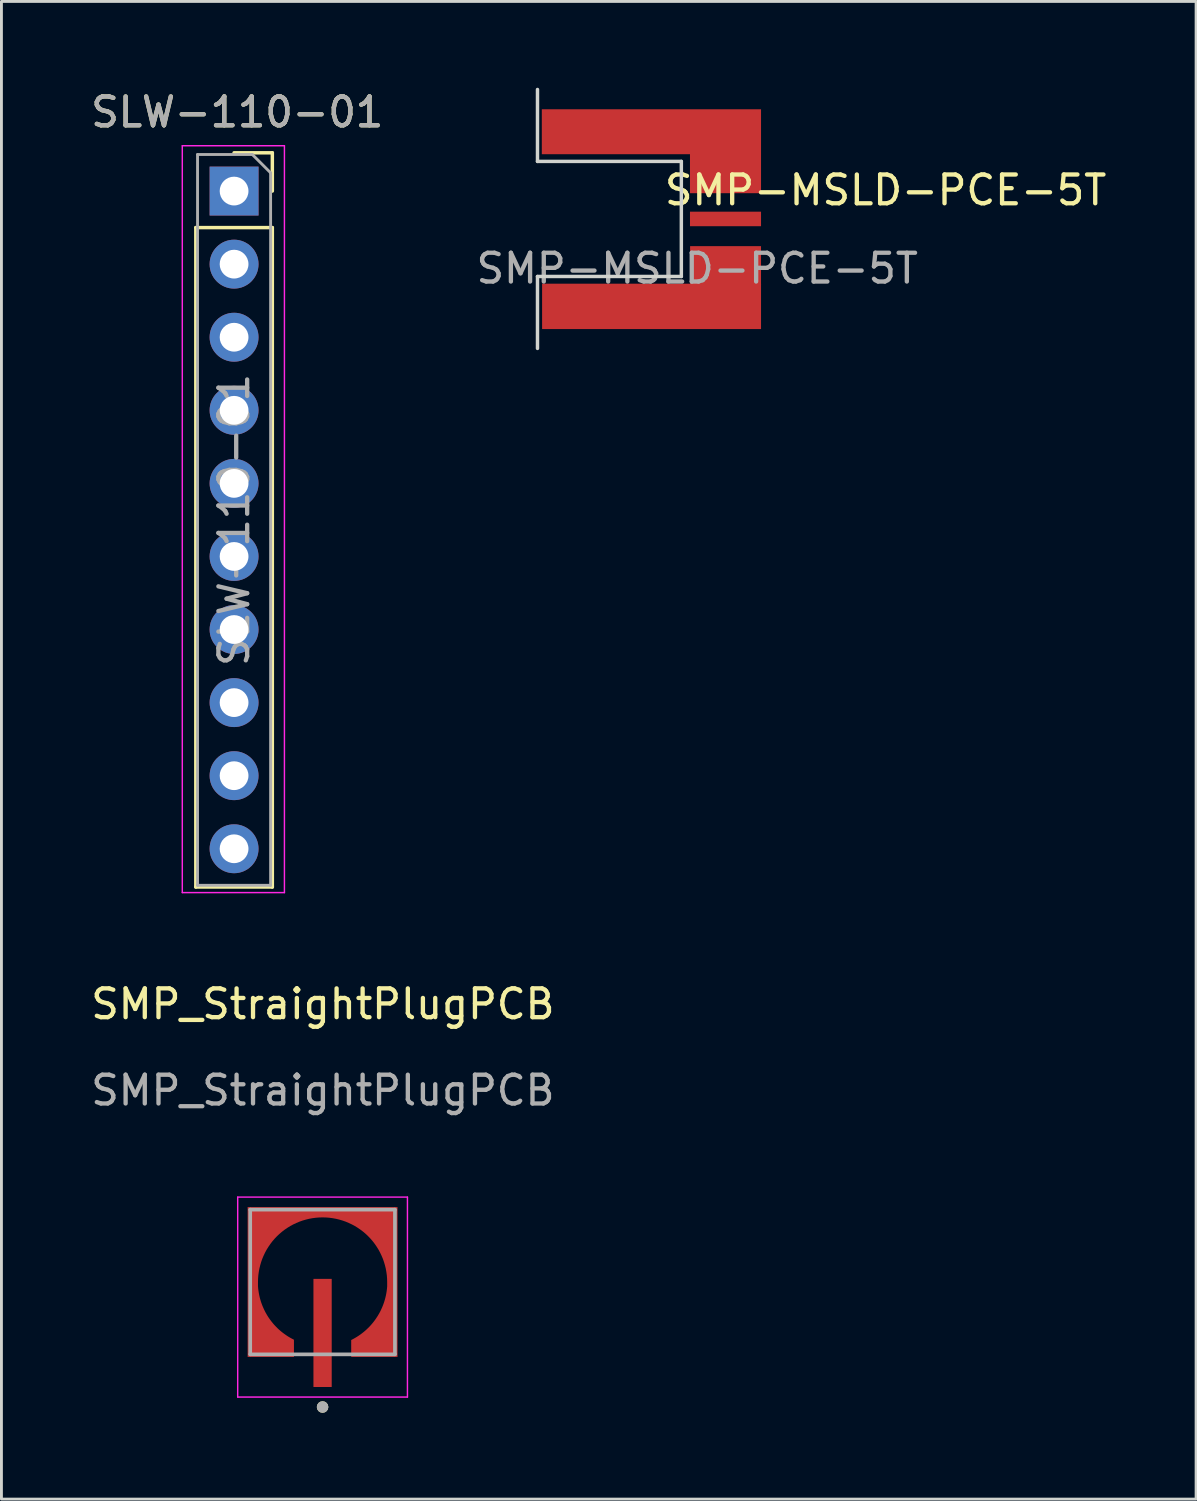
<source format=kicad_pcb>
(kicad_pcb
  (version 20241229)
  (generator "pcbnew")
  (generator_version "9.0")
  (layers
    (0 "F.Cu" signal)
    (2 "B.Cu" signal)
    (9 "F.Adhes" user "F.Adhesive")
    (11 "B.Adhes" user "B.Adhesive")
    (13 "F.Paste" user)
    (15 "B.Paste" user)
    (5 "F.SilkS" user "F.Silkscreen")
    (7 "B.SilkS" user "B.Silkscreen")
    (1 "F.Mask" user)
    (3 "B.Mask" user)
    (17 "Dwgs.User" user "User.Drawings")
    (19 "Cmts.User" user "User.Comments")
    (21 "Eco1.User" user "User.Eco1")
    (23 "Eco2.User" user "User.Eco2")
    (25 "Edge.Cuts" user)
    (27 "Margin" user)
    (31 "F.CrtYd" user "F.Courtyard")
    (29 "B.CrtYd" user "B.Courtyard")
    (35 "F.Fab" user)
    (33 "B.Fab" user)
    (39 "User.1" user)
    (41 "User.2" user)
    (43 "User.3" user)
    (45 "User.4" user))
  (footprint "SMP_StraightPlugPCB"
    (layer "F.Cu")
    (at 8.173 41.604)
    (property "Reference" "SMP_StraightPlugPCB" (at 0 -9.755 0) (unlocked yes) (layer "F.SilkS") (effects (font (size 1 1) (thickness 0.15))))
    (attr smd)
    (fp_poly (pts (xy -0.911 2.605) (xy -2.711 2.605) (xy -2.711 -2.795) (xy 2.689 -2.795) (xy 2.689 2.605) (xy 0.889 2.605) (xy 0.889 1.855) (xy 0.95 1.825) (xy 1.018 1.789) (xy 1.084 1.751) (xy 1.149 1.71) (xy 1.212 1.668) (xy 1.274 1.623) (xy 1.334 1.576) (xy 1.393 1.526) (xy 1.45 1.475) (xy 1.505 1.422) (xy 1.558 1.367) (xy 1.609 1.31) (xy 1.658 1.252) (xy 1.705 1.191) (xy 1.75 1.129) (xy 1.793 1.066) (xy 1.834 1.001) (xy 1.872 0.935) (xy 1.908 0.867) (xy 1.941 0.799) (xy 1.972 0.729) (xy 2.001 0.658) (xy 2.027 0.586) (xy 2.051 0.513) (xy 2.072 0.44) (xy 2.09 0.365) (xy 2.106 0.291) (xy 2.12 0.215) (xy 2.13 0.14) (xy 2.139 0.055) (xy 2.139 -0.095) (xy 2.136 -0.208) (xy 2.127 -0.32) (xy 2.113 -0.431) (xy 2.092 -0.542) (xy 2.066 -0.651) (xy 2.034 -0.759) (xy 1.996 -0.865) (xy 1.953 -0.969) (xy 1.905 -1.071) (xy 1.851 -1.17) (xy 1.792 -1.266) (xy 1.728 -1.359) (xy 1.66 -1.448) (xy 1.587 -1.534) (xy 1.509 -1.615) (xy 1.428 -1.693) (xy 1.342 -1.766) (xy 1.253 -1.834) (xy 1.16 -1.898) (xy 1.064 -1.957) (xy 0.965 -2.011) (xy 0.863 -2.059) (xy 0.759 -2.102) (xy 0.653 -2.14) (xy 0.545 -2.172) (xy 0.436 -2.198) (xy 0.325 -2.219) (xy 0.214 -2.233) (xy 0.102 -2.242) (xy -0.011 -2.245) (xy -0.124 -2.242) (xy -0.236 -2.233) (xy -0.347 -2.219) (xy -0.458 -2.198) (xy -0.567 -2.172) (xy -0.675 -2.14) (xy -0.781 -2.102) (xy -0.885 -2.059) (xy -0.987 -2.011) (xy -1.086 -1.957) (xy -1.182 -1.898) (xy -1.275 -1.834) (xy -1.364 -1.766) (xy -1.45 -1.693) (xy -1.531 -1.615) (xy -1.609 -1.534) (xy -1.682 -1.448) (xy -1.75 -1.359) (xy -1.814 -1.266) (xy -1.873 -1.17) (xy -1.927 -1.071) (xy -1.975 -0.969) (xy -2.018 -0.865) (xy -2.056 -0.759) (xy -2.088 -0.651) (xy -2.114 -0.542) (xy -2.135 -0.431) (xy -2.149 -0.32) (xy -2.158 -0.208) (xy -2.161 -0.095) (xy -2.161 0.055) (xy -2.152 0.14) (xy -2.142 0.215) (xy -2.128 0.291) (xy -2.112 0.365) (xy -2.094 0.44) (xy -2.073 0.513) (xy -2.049 0.586) (xy -2.023 0.658) (xy -1.994 0.729) (xy -1.963 0.799) (xy -1.93 0.867) (xy -1.894 0.935) (xy -1.856 1.001) (xy -1.815 1.066) (xy -1.772 1.129) (xy -1.727 1.191) (xy -1.68 1.252) (xy -1.631 1.31) (xy -1.58 1.367) (xy -1.527 1.422) (xy -1.472 1.475) (xy -1.415 1.526) (xy -1.356 1.576) (xy -1.296 1.623) (xy -1.234 1.668) (xy -1.171 1.71) (xy -1.106 1.751) (xy -1.04 1.789) (xy -0.972 1.825) (xy -0.911 1.855) (xy -0.911 2.605)) (stroke (width 0.01) (type solid)) (fill yes) (layer "F.Mask"))
    (fp_circle (center -0.011 4.251) (end 0.089 4.251) (stroke (width 0.2) (type solid)) (fill no) (layer "F.SilkS"))
    (fp_poly (pts (xy -1.011 2.505) (xy -2.611 2.505) (xy -2.611 -2.695) (xy 2.589 -2.695) (xy 2.589 2.505) (xy 0.989 2.505) (xy 0.989 1.925) (xy 1.051 1.893) (xy 1.119 1.855) (xy 1.186 1.815) (xy 1.252 1.772) (xy 1.317 1.727) (xy 1.379 1.68) (xy 1.44 1.631) (xy 1.5 1.579) (xy 1.557 1.525) (xy 1.613 1.47) (xy 1.666 1.413) (xy 1.718 1.353) (xy 1.767 1.292) (xy 1.814 1.23) (xy 1.859 1.165) (xy 1.902 1.099) (xy 1.942 1.032) (xy 1.981 0.963) (xy 2.016 0.894) (xy 2.049 0.822) (xy 2.08 0.75) (xy 2.108 0.677) (xy 2.134 0.603) (xy 2.157 0.527) (xy 2.177 0.452) (xy 2.195 0.375) (xy 2.21 0.298) (xy 2.222 0.221) (xy 2.232 0.143) (xy 2.239 0.055) (xy 2.239 -0.095) (xy 2.236 -0.213) (xy 2.227 -0.33) (xy 2.211 -0.447) (xy 2.19 -0.563) (xy 2.162 -0.677) (xy 2.129 -0.79) (xy 2.09 -0.901) (xy 2.044 -1.01) (xy 1.994 -1.116) (xy 1.938 -1.22) (xy 1.876 -1.32) (xy 1.809 -1.418) (xy 1.738 -1.511) (xy 1.661 -1.601) (xy 1.58 -1.686) (xy 1.495 -1.767) (xy 1.405 -1.844) (xy 1.312 -1.915) (xy 1.214 -1.982) (xy 1.114 -2.044) (xy 1.01 -2.1) (xy 0.904 -2.15) (xy 0.795 -2.196) (xy 0.684 -2.235) (xy 0.571 -2.268) (xy 0.457 -2.296) (xy 0.341 -2.317) (xy 0.224 -2.333) (xy 0.107 -2.342) (xy -0.011 -2.345) (xy -0.129 -2.342) (xy -0.246 -2.333) (xy -0.363 -2.317) (xy -0.479 -2.296) (xy -0.593 -2.268) (xy -0.706 -2.235) (xy -0.817 -2.196) (xy -0.926 -2.15) (xy -1.032 -2.1) (xy -1.136 -2.044) (xy -1.236 -1.982) (xy -1.334 -1.915) (xy -1.427 -1.844) (xy -1.517 -1.767) (xy -1.602 -1.686) (xy -1.683 -1.601) (xy -1.76 -1.511) (xy -1.831 -1.418) (xy -1.898 -1.32) (xy -1.96 -1.22) (xy -2.016 -1.116) (xy -2.066 -1.01) (xy -2.112 -0.901) (xy -2.151 -0.79) (xy -2.184 -0.677) (xy -2.212 -0.563) (xy -2.233 -0.447) (xy -2.249 -0.33) (xy -2.258 -0.213) (xy -2.261 -0.095) (xy -2.261 0.055) (xy -2.254 0.137) (xy -2.244 0.214) (xy -2.232 0.292) (xy -2.217 0.368) (xy -2.2 0.445) (xy -2.179 0.52) (xy -2.157 0.595) (xy -2.131 0.669) (xy -2.103 0.742) (xy -2.072 0.814) (xy -2.039 0.885) (xy -2.004 0.955) (xy -1.966 1.023) (xy -1.926 1.09) (xy -1.883 1.156) (xy -1.838 1.22) (xy -1.791 1.282) (xy -1.742 1.343) (xy -1.691 1.402) (xy -1.637 1.459) (xy -1.582 1.515) (xy -1.525 1.568) (xy -1.466 1.619) (xy -1.405 1.668) (xy -1.342 1.715) (xy -1.278 1.76) (xy -1.213 1.803) (xy -1.146 1.843) (xy -1.077 1.881) (xy -1.011 1.915) (xy -1.011 2.505)) (stroke (width 0.01) (type solid)) (fill yes) (layer "F.Paste"))
    (fp_line (start -2.961 -3.045) (end -2.961 3.905) (stroke (width 0.05) (type solid)) (layer "F.CrtYd"))
    (fp_line (start -2.961 3.905) (end 2.939 3.905) (stroke (width 0.05) (type solid)) (layer "F.CrtYd"))
    (fp_line (start 2.939 -3.045) (end -2.961 -3.045) (stroke (width 0.05) (type solid)) (layer "F.CrtYd"))
    (fp_line (start 2.939 3.905) (end 2.939 -3.045) (stroke (width 0.05) (type solid)) (layer "F.CrtYd"))
    (fp_line (start -2.526 -2.61) (end -2.526 2.42) (stroke (width 0.127) (type solid)) (layer "F.Fab"))
    (fp_line (start -2.526 2.42) (end 2.504 2.42) (stroke (width 0.127) (type solid)) (layer "F.Fab"))
    (fp_line (start 2.504 -2.61) (end -2.526 -2.61) (stroke (width 0.127) (type solid)) (layer "F.Fab"))
    (fp_line (start 2.504 2.42) (end 2.504 -2.61) (stroke (width 0.127) (type solid)) (layer "F.Fab"))
    (fp_circle (center -0.011 4.251) (end 0.089 4.251) (stroke (width 0.2) (type solid)) (fill no) (layer "F.Fab"))
    (fp_text user "${REFERENCE}" (at 0 -6.755 0) (unlocked yes) (layer "F.Fab") (effects (font (size 1 1) (thickness 0.15))))
    (pad "1" smd rect (at -0.011 1.676) (size 0.635 3.758) (layers "F.Cu" "F.Mask" "F.Paste"))
    (pad "2" smd custom (at -2.011 1.905) (size 0.48 0.48) (layers "F.Cu") (options (anchor rect)) (primitives (gr_poly (pts (xy 4.6 0.6) (xy 3 0.6) (xy 3 0.02) (xy 3.062 -0.012) (xy 3.13 -0.05) (xy 3.197 -0.09) (xy 3.263 -0.133) (xy 3.328 -0.178) (xy 3.39 -0.225) (xy 3.451 -0.274) (xy 3.511 -0.326) (xy 3.568 -0.38) (xy 3.624 -0.435) (xy 3.677 -0.492) (xy 3.729 -0.552) (xy 3.778 -0.613) (xy 3.825 -0.675) (xy 3.87 -0.74) (xy 3.913 -0.806) (xy 3.953 -0.873) (xy 3.992 -0.942) (xy 4.027 -1.011) (xy 4.06 -1.083) (xy 4.091 -1.155) (xy 4.119 -1.228) (xy 4.145 -1.302) (xy 4.168 -1.378) (xy 4.188 -1.453) (xy 4.206 -1.53) (xy 4.221 -1.607) (xy 4.233 -1.684) (xy 4.243 -1.762) (xy 4.25 -1.85) (xy 4.25 -2) (xy 4.247 -2.118) (xy 4.238 -2.235) (xy 4.222 -2.352) (xy 4.201 -2.468) (xy 4.173 -2.582) (xy 4.14 -2.695) (xy 4.101 -2.806) (xy 4.055 -2.915) (xy 4.005 -3.021) (xy 3.949 -3.125) (xy 3.887 -3.225) (xy 3.82 -3.323) (xy 3.749 -3.416) (xy 3.672 -3.506) (xy 3.591 -3.591) (xy 3.506 -3.672) (xy 3.416 -3.749) (xy 3.323 -3.82) (xy 3.225 -3.887) (xy 3.125 -3.949) (xy 3.021 -4.005) (xy 2.915 -4.055) (xy 2.806 -4.101) (xy 2.695 -4.14) (xy 2.582 -4.173) (xy 2.468 -4.201) (xy 2.352 -4.222) (xy 2.235 -4.238) (xy 2.118 -4.247) (xy 2 -4.25) (xy 1.882 -4.247) (xy 1.765 -4.238) (xy 1.648 -4.222) (xy 1.532 -4.201) (xy 1.418 -4.173) (xy 1.305 -4.14) (xy 1.194 -4.101) (xy 1.085 -4.055) (xy 0.979 -4.005) (xy 0.875 -3.949) (xy 0.775 -3.887) (xy 0.677 -3.82) (xy 0.584 -3.749) (xy 0.494 -3.672) (xy 0.409 -3.591) (xy 0.328 -3.506) (xy 0.251 -3.416) (xy 0.18 -3.323) (xy 0.113 -3.225) (xy 0.051 -3.125) (xy -0.005 -3.021) (xy -0.055 -2.915) (xy -0.101 -2.806) (xy -0.14 -2.695) (xy -0.173 -2.582) (xy -0.201 -2.468) (xy -0.222 -2.352) (xy -0.238 -2.235) (xy -0.247 -2.118) (xy -0.25 -2) (xy -0.25 -1.85) (xy -0.243 -1.768) (xy -0.233 -1.691) (xy -0.221 -1.613) (xy -0.206 -1.537) (xy -0.189 -1.46) (xy -0.168 -1.385) (xy -0.146 -1.31) (xy -0.12 -1.236) (xy -0.092 -1.163) (xy -0.061 -1.091) (xy -0.028 -1.02) (xy 0.007 -0.95) (xy 0.045 -0.882) (xy 0.085 -0.815) (xy 0.128 -0.749) (xy 0.173 -0.685) (xy 0.22 -0.623) (xy 0.269 -0.562) (xy 0.32 -0.503) (xy 0.374 -0.446) (xy 0.429 -0.39) (xy 0.486 -0.337) (xy 0.545 -0.286) (xy 0.606 -0.237) (xy 0.669 -0.19) (xy 0.733 -0.145) (xy 0.798 -0.102) (xy 0.865 -0.062) (xy 0.934 -0.024) (xy 1 0.01) (xy 1 0.6) (xy -0.6 0.6) (xy -0.6 -4.6) (xy 4.6 -4.6)) (width 0.01) (fill yes)))))
  (footprint "SMP-MSLD-PCE-5T"
    (layer "F.Cu")
    (at 22.132 4.56)
    (property "Reference" "SMP-MSLD-PCE-5T" (at 5.6 -1 0) (unlocked yes) (layer "F.SilkS") (effects (font (size 1 1) (thickness 0.15))))
    (attr smd)
    (fp_line (start -6.5 -4.5) (end -6.5 -2) (stroke (width 0.12) (type solid)) (layer "Edge.Cuts"))
    (fp_line (start -6.5 -2) (end -1.5 -2) (stroke (width 0.12) (type solid)) (layer "Edge.Cuts"))
    (fp_line (start -6.5 2) (end -6.5 4.5) (stroke (width 0.12) (type solid)) (layer "Edge.Cuts"))
    (fp_line (start -1.5 -2) (end -1.5 2) (stroke (width 0.12) (type solid)) (layer "Edge.Cuts"))
    (fp_line (start -1.5 2) (end -6.5 2) (stroke (width 0.12) (type solid)) (layer "Edge.Cuts"))
    (fp_text user "${REFERENCE}" (at -0.948 1.72 0) (unlocked yes) (layer "F.Fab") (effects (font (size 1 1) (thickness 0.15))))
    (pad "1" smd rect (at 0.035 0 90) (size 0.505 2.47) (layers "F.Cu" "F.Mask" "F.Paste"))
    (pad "2" smd rect (at -2.54 -3.031) (size 7.62 1.562) (layers "F.Cu" "F.Mask" "F.Paste"))
    (pad "2" smd rect (at -2.535 3.039) (size 7.61 1.577) (layers "F.Cu" "F.Mask" "F.Paste"))
    (pad "2" smd rect (at 0.035 -1.58) (size 2.47 1.37) (layers "F.Cu" "F.Mask" "F.Paste"))
    (pad "2" smd rect (at 0.037 1.623) (size 2.465 1.355) (layers "F.Cu" "F.Mask" "F.Paste")))
  (footprint "SLW-110-01"
    (layer "F.Cu")
    (at 5.095 3.591)
    (property "Reference" "SLW-110-01" (at 0.102 -2.743 0) (unlocked yes) (layer "F.SilkS") (effects (font (size 1 1) (thickness 0.15))))
    (attr through_hole)
    (fp_line (start -1.339 1.27) (end -1.339 24.19) (stroke (width 0.12) (type solid)) (layer "F.SilkS"))
    (fp_line (start -1.339 1.27) (end 1.321 1.27) (stroke (width 0.12) (type solid)) (layer "F.SilkS"))
    (fp_line (start -1.339 24.19) (end 1.321 24.19) (stroke (width 0.12) (type solid)) (layer "F.SilkS"))
    (fp_line (start -0.009 -1.33) (end 1.321 -1.33) (stroke (width 0.12) (type solid)) (layer "F.SilkS"))
    (fp_line (start 1.321 -1.33) (end 1.321 0) (stroke (width 0.12) (type solid)) (layer "F.SilkS"))
    (fp_line (start 1.321 1.27) (end 1.321 24.19) (stroke (width 0.12) (type solid)) (layer "F.SilkS"))
    (fp_line (start -1.809 -1.575) (end 1.741 -1.575) (stroke (width 0.05) (type solid)) (layer "F.CrtYd"))
    (fp_line (start -1.809 24.384) (end -1.809 -1.575) (stroke (width 0.05) (type solid)) (layer "F.CrtYd"))
    (fp_line (start 1.741 -1.575) (end 1.741 24.384) (stroke (width 0.05) (type solid)) (layer "F.CrtYd"))
    (fp_line (start 1.741 24.384) (end -1.809 24.384) (stroke (width 0.05) (type solid)) (layer "F.CrtYd"))
    (fp_line (start -1.279 -1.27) (end 0.626 -1.27) (stroke (width 0.1) (type solid)) (layer "F.Fab"))
    (fp_line (start -1.279 24.13) (end -1.279 -1.27) (stroke (width 0.1) (type solid)) (layer "F.Fab"))
    (fp_line (start 0.626 -1.27) (end 1.261 -0.635) (stroke (width 0.1) (type solid)) (layer "F.Fab"))
    (fp_line (start 1.261 -0.635) (end 1.261 24.13) (stroke (width 0.1) (type solid)) (layer "F.Fab"))
    (fp_line (start 1.261 24.13) (end -1.279 24.13) (stroke (width 0.1) (type solid)) (layer "F.Fab"))
    (fp_text user "${REFERENCE}" (at 0.102 -2.743 0) (unlocked yes) (layer "F.Fab") (effects (font (size 1 1) (thickness 0.15))))
    (fp_text user "${REFERENCE}" (at -0.009 11.43 270) (layer "F.Fab") (effects (font (size 1 1) (thickness 0.15))))
    (pad "1" thru_hole rect (at -0.009 0) (size 1.7 1.7) (drill 1) (layers "*.Cu" "*.Mask"))
    (pad "2" thru_hole oval (at -0.009 2.54) (size 1.7 1.7) (drill 1) (layers "*.Cu" "*.Mask"))
    (pad "3" thru_hole oval (at -0.009 5.08) (size 1.7 1.7) (drill 1) (layers "*.Cu" "*.Mask"))
    (pad "4" thru_hole oval (at -0.009 7.62) (size 1.7 1.7) (drill 1) (layers "*.Cu" "*.Mask"))
    (pad "5" thru_hole oval (at -0.009 10.16) (size 1.7 1.7) (drill 1) (layers "*.Cu" "*.Mask"))
    (pad "6" thru_hole oval (at -0.009 12.7) (size 1.7 1.7) (drill 1) (layers "*.Cu" "*.Mask"))
    (pad "7" thru_hole oval (at -0.009 15.24) (size 1.7 1.7) (drill 1) (layers "*.Cu" "*.Mask"))
    (pad "8" thru_hole oval (at -0.009 17.78) (size 1.7 1.7) (drill 1) (layers "*.Cu" "*.Mask"))
    (pad "9" thru_hole oval (at -0.009 20.32) (size 1.7 1.7) (drill 1) (layers "*.Cu" "*.Mask"))
    (pad "10" thru_hole oval (at -0.009 22.86) (size 1.7 1.7) (drill 1) (layers "*.Cu" "*.Mask")))
  (gr_rect
    (start -3 -3)
    (end 38.524 49.055)
    (stroke (width 0.1) (type default))
    (fill no)
    (layer "Edge.Cuts")))
</source>
